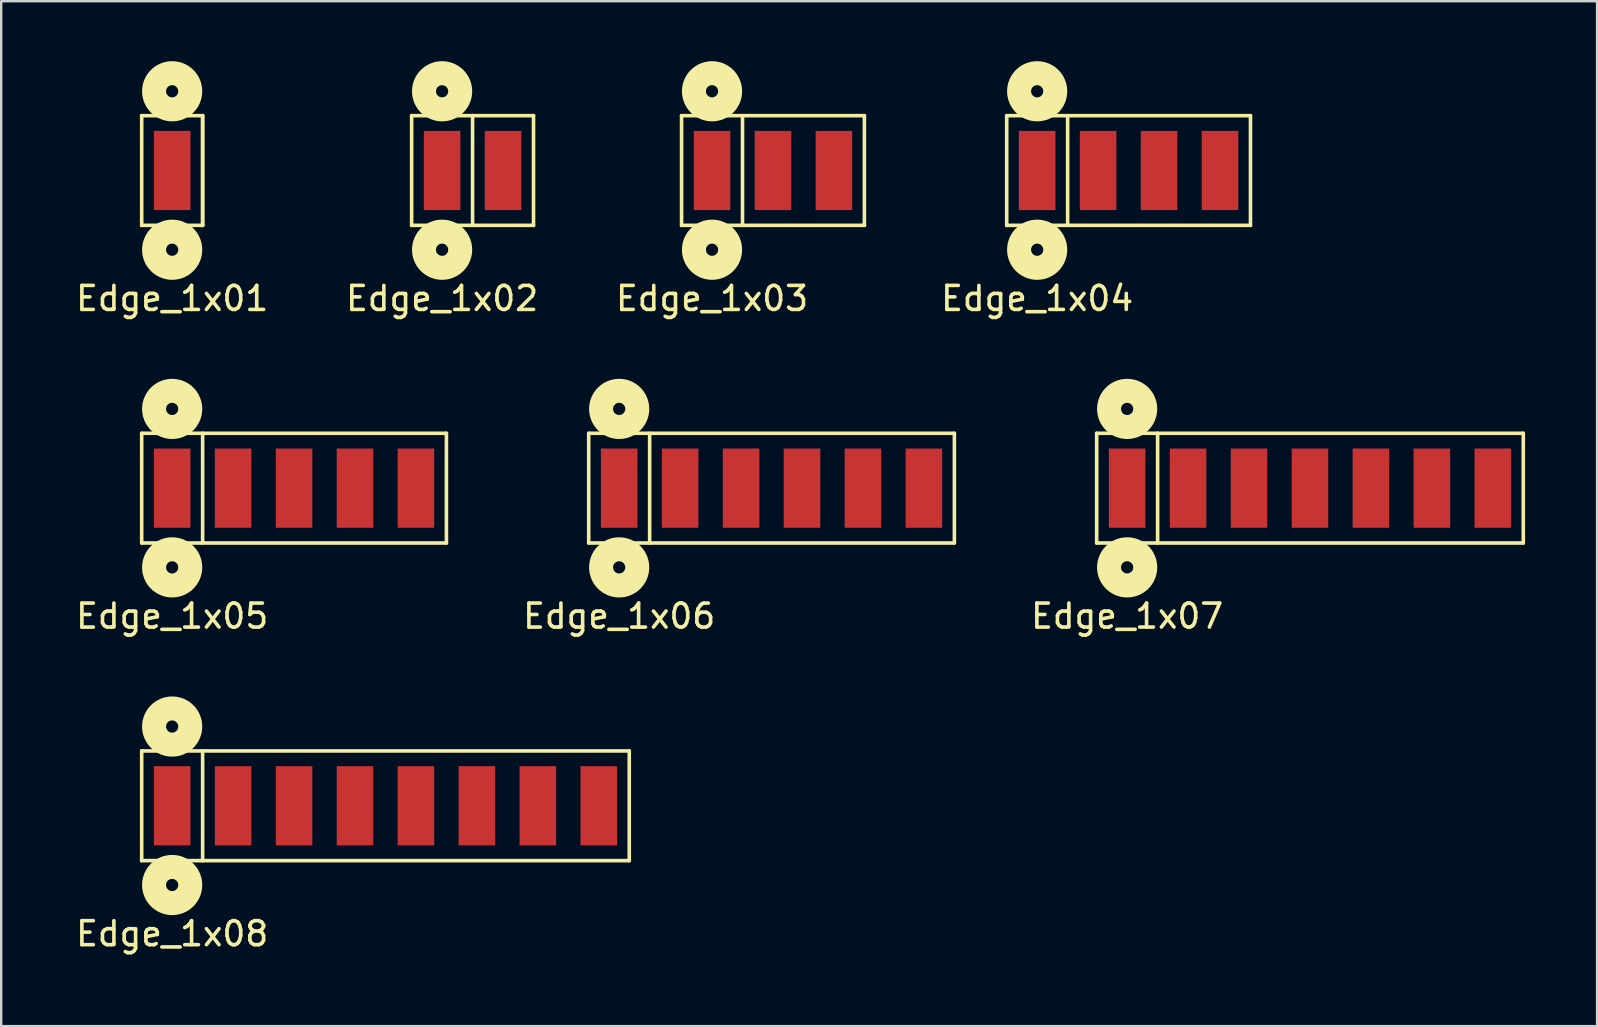
<source format=kicad_pcb>
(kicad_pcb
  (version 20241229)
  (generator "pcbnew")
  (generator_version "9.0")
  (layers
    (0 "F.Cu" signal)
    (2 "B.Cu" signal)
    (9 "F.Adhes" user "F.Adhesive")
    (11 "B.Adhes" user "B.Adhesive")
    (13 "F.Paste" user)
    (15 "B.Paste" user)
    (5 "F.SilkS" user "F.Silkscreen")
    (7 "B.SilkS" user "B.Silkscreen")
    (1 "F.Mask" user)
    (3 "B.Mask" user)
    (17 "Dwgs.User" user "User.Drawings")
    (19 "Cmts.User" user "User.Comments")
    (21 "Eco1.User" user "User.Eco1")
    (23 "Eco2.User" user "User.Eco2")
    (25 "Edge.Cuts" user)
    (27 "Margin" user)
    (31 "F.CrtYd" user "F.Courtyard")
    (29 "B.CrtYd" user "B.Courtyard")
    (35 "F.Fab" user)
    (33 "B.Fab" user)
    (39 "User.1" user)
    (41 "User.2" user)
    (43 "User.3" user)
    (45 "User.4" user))
  (footprint "Edge_1x06"
    (layer "F.Cu")
    (at 22.755 17.294)
    (property "Reference" "Edge_1x06" (at 0 5.334 0) (layer "F.SilkS") (effects (font (size 1 1) (thickness 0.15))))
    (attr through_hole)
    (fp_line (start -1.27 -2.286) (end -1.27 2.286) (stroke (width 0.15) (type solid)) (layer "F.SilkS"))
    (fp_line (start -1.27 2.286) (end 13.97 2.286) (stroke (width 0.15) (type solid)) (layer "F.SilkS"))
    (fp_line (start 1.27 2.286) (end 1.27 -2.286) (stroke (width 0.15) (type solid)) (layer "F.SilkS"))
    (fp_line (start 13.97 -2.286) (end -1.27 -2.286) (stroke (width 0.15) (type solid)) (layer "F.SilkS"))
    (fp_line (start 13.97 2.286) (end 13.97 -2.286) (stroke (width 0.15) (type solid)) (layer "F.SilkS"))
    (fp_circle (center 0 -3.302) (end 0.254 -3.302) (stroke (width 1) (type solid)) (fill no) (layer "F.SilkS"))
    (fp_circle (center 0 3.302) (end 0.254 3.302) (stroke (width 1) (type solid)) (fill no) (layer "F.SilkS"))
    (pad "1" smd rect (at 0 0) (size 1.524 3.302) (layers "F.Cu" "F.Mask" "F.Paste"))
    (pad "2" smd rect (at 2.54 0) (size 1.524 3.302) (layers "F.Cu" "F.Mask" "F.Paste"))
    (pad "3" smd rect (at 5.08 0) (size 1.524 3.302) (layers "F.Cu" "F.Mask" "F.Paste"))
    (pad "4" smd rect (at 7.62 0) (size 1.524 3.302) (layers "F.Cu" "F.Mask" "F.Paste"))
    (pad "5" smd rect (at 10.16 0) (size 1.524 3.302) (layers "F.Cu" "F.Mask" "F.Paste"))
    (pad "6" smd rect (at 12.7 0) (size 1.524 3.302) (layers "F.Cu" "F.Mask" "F.Paste")))
  (footprint "Edge_1x08"
    (layer "F.Cu")
    (at 4.125 30.532)
    (property "Reference" "Edge_1x08" (at 0 5.334 0) (layer "F.SilkS") (effects (font (size 1 1) (thickness 0.15))))
    (attr through_hole)
    (fp_line (start -1.27 -2.286) (end -1.27 2.286) (stroke (width 0.15) (type solid)) (layer "F.SilkS"))
    (fp_line (start -1.27 2.286) (end 19.05 2.286) (stroke (width 0.15) (type solid)) (layer "F.SilkS"))
    (fp_line (start 1.27 2.286) (end 1.27 -2.286) (stroke (width 0.15) (type solid)) (layer "F.SilkS"))
    (fp_line (start 19.05 -2.286) (end -1.27 -2.286) (stroke (width 0.15) (type solid)) (layer "F.SilkS"))
    (fp_line (start 19.05 2.286) (end 19.05 -2.286) (stroke (width 0.15) (type solid)) (layer "F.SilkS"))
    (fp_circle (center 0 -3.302) (end 0.254 -3.302) (stroke (width 1) (type solid)) (fill no) (layer "F.SilkS"))
    (fp_circle (center 0 3.302) (end 0.254 3.302) (stroke (width 1) (type solid)) (fill no) (layer "F.SilkS"))
    (pad "1" smd rect (at 0 0) (size 1.524 3.302) (layers "F.Cu" "F.Mask" "F.Paste"))
    (pad "2" smd rect (at 2.54 0) (size 1.524 3.302) (layers "F.Cu" "F.Mask" "F.Paste"))
    (pad "3" smd rect (at 5.08 0) (size 1.524 3.302) (layers "F.Cu" "F.Mask" "F.Paste"))
    (pad "4" smd rect (at 7.62 0) (size 1.524 3.302) (layers "F.Cu" "F.Mask" "F.Paste"))
    (pad "5" smd rect (at 10.16 0) (size 1.524 3.302) (layers "F.Cu" "F.Mask" "F.Paste"))
    (pad "6" smd rect (at 12.7 0) (size 1.524 3.302) (layers "F.Cu" "F.Mask" "F.Paste"))
    (pad "7" smd rect (at 15.24 0) (size 1.524 3.302) (layers "F.Cu" "F.Mask" "F.Paste"))
    (pad "8" smd rect (at 17.78 0) (size 1.524 3.302) (layers "F.Cu" "F.Mask" "F.Paste")))
  (footprint "Edge_1x04"
    (layer "F.Cu")
    (at 40.175 4.056)
    (property "Reference" "Edge_1x04" (at 0 5.334 0) (layer "F.SilkS") (effects (font (size 1 1) (thickness 0.15))))
    (attr through_hole)
    (fp_line (start -1.27 -2.286) (end -1.27 2.286) (stroke (width 0.15) (type solid)) (layer "F.SilkS"))
    (fp_line (start -1.27 2.286) (end 8.89 2.286) (stroke (width 0.15) (type solid)) (layer "F.SilkS"))
    (fp_line (start 1.27 2.286) (end 1.27 -2.286) (stroke (width 0.15) (type solid)) (layer "F.SilkS"))
    (fp_line (start 8.89 -2.286) (end -1.27 -2.286) (stroke (width 0.15) (type solid)) (layer "F.SilkS"))
    (fp_line (start 8.89 2.286) (end 8.89 -2.286) (stroke (width 0.15) (type solid)) (layer "F.SilkS"))
    (fp_circle (center 0 -3.302) (end 0.254 -3.302) (stroke (width 1) (type solid)) (fill no) (layer "F.SilkS"))
    (fp_circle (center 0 3.302) (end 0.254 3.302) (stroke (width 1) (type solid)) (fill no) (layer "F.SilkS"))
    (pad "1" smd rect (at 0 0) (size 1.524 3.302) (layers "F.Cu" "F.Mask" "F.Paste"))
    (pad "2" smd rect (at 2.54 0) (size 1.524 3.302) (layers "F.Cu" "F.Mask" "F.Paste"))
    (pad "3" smd rect (at 5.08 0) (size 1.524 3.302) (layers "F.Cu" "F.Mask" "F.Paste"))
    (pad "4" smd rect (at 7.62 0) (size 1.524 3.302) (layers "F.Cu" "F.Mask" "F.Paste")))
  (footprint "Edge_1x05"
    (layer "F.Cu")
    (at 4.125 17.294)
    (property "Reference" "Edge_1x05" (at 0 5.334 0) (layer "F.SilkS") (effects (font (size 1 1) (thickness 0.15))))
    (attr through_hole)
    (fp_line (start -1.27 -2.286) (end -1.27 2.286) (stroke (width 0.15) (type solid)) (layer "F.SilkS"))
    (fp_line (start -1.27 2.286) (end 11.43 2.286) (stroke (width 0.15) (type solid)) (layer "F.SilkS"))
    (fp_line (start 1.27 2.286) (end 1.27 -2.286) (stroke (width 0.15) (type solid)) (layer "F.SilkS"))
    (fp_line (start 11.43 -2.286) (end -1.27 -2.286) (stroke (width 0.15) (type solid)) (layer "F.SilkS"))
    (fp_line (start 11.43 2.286) (end 11.43 -2.286) (stroke (width 0.15) (type solid)) (layer "F.SilkS"))
    (fp_circle (center 0 -3.302) (end 0.254 -3.302) (stroke (width 1) (type solid)) (fill no) (layer "F.SilkS"))
    (fp_circle (center 0 3.302) (end 0.254 3.302) (stroke (width 1) (type solid)) (fill no) (layer "F.SilkS"))
    (pad "1" smd rect (at 0 0) (size 1.524 3.302) (layers "F.Cu" "F.Mask" "F.Paste"))
    (pad "2" smd rect (at 2.54 0) (size 1.524 3.302) (layers "F.Cu" "F.Mask" "F.Paste"))
    (pad "3" smd rect (at 5.08 0) (size 1.524 3.302) (layers "F.Cu" "F.Mask" "F.Paste"))
    (pad "4" smd rect (at 7.62 0) (size 1.524 3.302) (layers "F.Cu" "F.Mask" "F.Paste"))
    (pad "5" smd rect (at 10.16 0) (size 1.524 3.302) (layers "F.Cu" "F.Mask" "F.Paste")))
  (footprint "Edge_1x01"
    (layer "F.Cu")
    (at 4.125 4.056)
    (property "Reference" "Edge_1x01" (at 0 5.334 0) (layer "F.SilkS") (effects (font (size 1 1) (thickness 0.15))))
    (attr through_hole)
    (fp_line (start -1.27 -2.286) (end -1.27 2.286) (stroke (width 0.15) (type solid)) (layer "F.SilkS"))
    (fp_line (start -1.27 2.286) (end 1.27 2.286) (stroke (width 0.15) (type solid)) (layer "F.SilkS"))
    (fp_line (start 1.27 -2.286) (end -1.27 -2.286) (stroke (width 0.15) (type solid)) (layer "F.SilkS"))
    (fp_line (start 1.27 2.286) (end 1.27 -2.286) (stroke (width 0.15) (type solid)) (layer "F.SilkS"))
    (fp_line (start 1.27 2.286) (end 1.27 -2.286) (stroke (width 0.15) (type solid)) (layer "F.SilkS"))
    (fp_circle (center 0 -3.302) (end 0.254 -3.302) (stroke (width 1) (type solid)) (fill no) (layer "F.SilkS"))
    (fp_circle (center 0 3.302) (end 0.254 3.302) (stroke (width 1) (type solid)) (fill no) (layer "F.SilkS"))
    (pad "1" smd rect (at 0 0) (size 1.524 3.302) (layers "F.Cu" "F.Mask" "F.Paste")))
  (footprint "Edge_1x02"
    (layer "F.Cu")
    (at 15.375 4.056)
    (property "Reference" "Edge_1x02" (at 0 5.334 0) (layer "F.SilkS") (effects (font (size 1 1) (thickness 0.15))))
    (attr through_hole)
    (fp_line (start -1.27 -2.286) (end -1.27 2.286) (stroke (width 0.15) (type solid)) (layer "F.SilkS"))
    (fp_line (start -1.27 2.286) (end 3.81 2.286) (stroke (width 0.15) (type solid)) (layer "F.SilkS"))
    (fp_line (start 1.27 2.286) (end 1.27 -2.286) (stroke (width 0.15) (type solid)) (layer "F.SilkS"))
    (fp_line (start 3.81 -2.286) (end -1.27 -2.286) (stroke (width 0.15) (type solid)) (layer "F.SilkS"))
    (fp_line (start 3.81 2.286) (end 3.81 -2.286) (stroke (width 0.15) (type solid)) (layer "F.SilkS"))
    (fp_circle (center 0 -3.302) (end 0.254 -3.302) (stroke (width 1) (type solid)) (fill no) (layer "F.SilkS"))
    (fp_circle (center 0 3.302) (end 0.254 3.302) (stroke (width 1) (type solid)) (fill no) (layer "F.SilkS"))
    (pad "1" smd rect (at 0 0) (size 1.524 3.302) (layers "F.Cu" "F.Mask" "F.Paste"))
    (pad "2" smd rect (at 2.54 0) (size 1.524 3.302) (layers "F.Cu" "F.Mask" "F.Paste")))
  (footprint "Edge_1x07"
    (layer "F.Cu")
    (at 43.925 17.294)
    (property "Reference" "Edge_1x07" (at 0 5.334 0) (layer "F.SilkS") (effects (font (size 1 1) (thickness 0.15))))
    (attr through_hole)
    (fp_line (start -1.27 -2.286) (end -1.27 2.286) (stroke (width 0.15) (type solid)) (layer "F.SilkS"))
    (fp_line (start -1.27 2.286) (end 16.51 2.286) (stroke (width 0.15) (type solid)) (layer "F.SilkS"))
    (fp_line (start 1.27 2.286) (end 1.27 -2.286) (stroke (width 0.15) (type solid)) (layer "F.SilkS"))
    (fp_line (start 16.51 -2.286) (end -1.27 -2.286) (stroke (width 0.15) (type solid)) (layer "F.SilkS"))
    (fp_line (start 16.51 2.286) (end 16.51 -2.286) (stroke (width 0.15) (type solid)) (layer "F.SilkS"))
    (fp_circle (center 0 -3.302) (end 0.254 -3.302) (stroke (width 1) (type solid)) (fill no) (layer "F.SilkS"))
    (fp_circle (center 0 3.302) (end 0.254 3.302) (stroke (width 1) (type solid)) (fill no) (layer "F.SilkS"))
    (pad "1" smd rect (at 0 0) (size 1.524 3.302) (layers "F.Cu" "F.Mask" "F.Paste"))
    (pad "2" smd rect (at 2.54 0) (size 1.524 3.302) (layers "F.Cu" "F.Mask" "F.Paste"))
    (pad "3" smd rect (at 5.08 0) (size 1.524 3.302) (layers "F.Cu" "F.Mask" "F.Paste"))
    (pad "4" smd rect (at 7.62 0) (size 1.524 3.302) (layers "F.Cu" "F.Mask" "F.Paste"))
    (pad "5" smd rect (at 10.16 0) (size 1.524 3.302) (layers "F.Cu" "F.Mask" "F.Paste"))
    (pad "6" smd rect (at 12.7 0) (size 1.524 3.302) (layers "F.Cu" "F.Mask" "F.Paste"))
    (pad "7" smd rect (at 15.24 0) (size 1.524 3.302) (layers "F.Cu" "F.Mask" "F.Paste")))
  (footprint "Edge_1x03"
    (layer "F.Cu")
    (at 26.625 4.056)
    (property "Reference" "Edge_1x03" (at 0 5.334 0) (layer "F.SilkS") (effects (font (size 1 1) (thickness 0.15))))
    (attr through_hole)
    (fp_line (start -1.27 -2.286) (end -1.27 2.286) (stroke (width 0.15) (type solid)) (layer "F.SilkS"))
    (fp_line (start -1.27 2.286) (end 6.35 2.286) (stroke (width 0.15) (type solid)) (layer "F.SilkS"))
    (fp_line (start 1.27 2.286) (end 1.27 -2.286) (stroke (width 0.15) (type solid)) (layer "F.SilkS"))
    (fp_line (start 6.35 -2.286) (end -1.27 -2.286) (stroke (width 0.15) (type solid)) (layer "F.SilkS"))
    (fp_line (start 6.35 2.286) (end 6.35 -2.286) (stroke (width 0.15) (type solid)) (layer "F.SilkS"))
    (fp_circle (center 0 -3.302) (end 0.254 -3.302) (stroke (width 1) (type solid)) (fill no) (layer "F.SilkS"))
    (fp_circle (center 0 3.302) (end 0.254 3.302) (stroke (width 1) (type solid)) (fill no) (layer "F.SilkS"))
    (pad "1" smd rect (at 0 0) (size 1.524 3.302) (layers "F.Cu" "F.Mask" "F.Paste"))
    (pad "2" smd rect (at 2.54 0) (size 1.524 3.302) (layers "F.Cu" "F.Mask" "F.Paste"))
    (pad "3" smd rect (at 5.08 0) (size 1.524 3.302) (layers "F.Cu" "F.Mask" "F.Paste")))
  (gr_rect
    (start -3 -3)
    (end 63.51 39.715)
    (stroke (width 0.1) (type default))
    (fill no)
    (layer "Edge.Cuts")))
</source>
